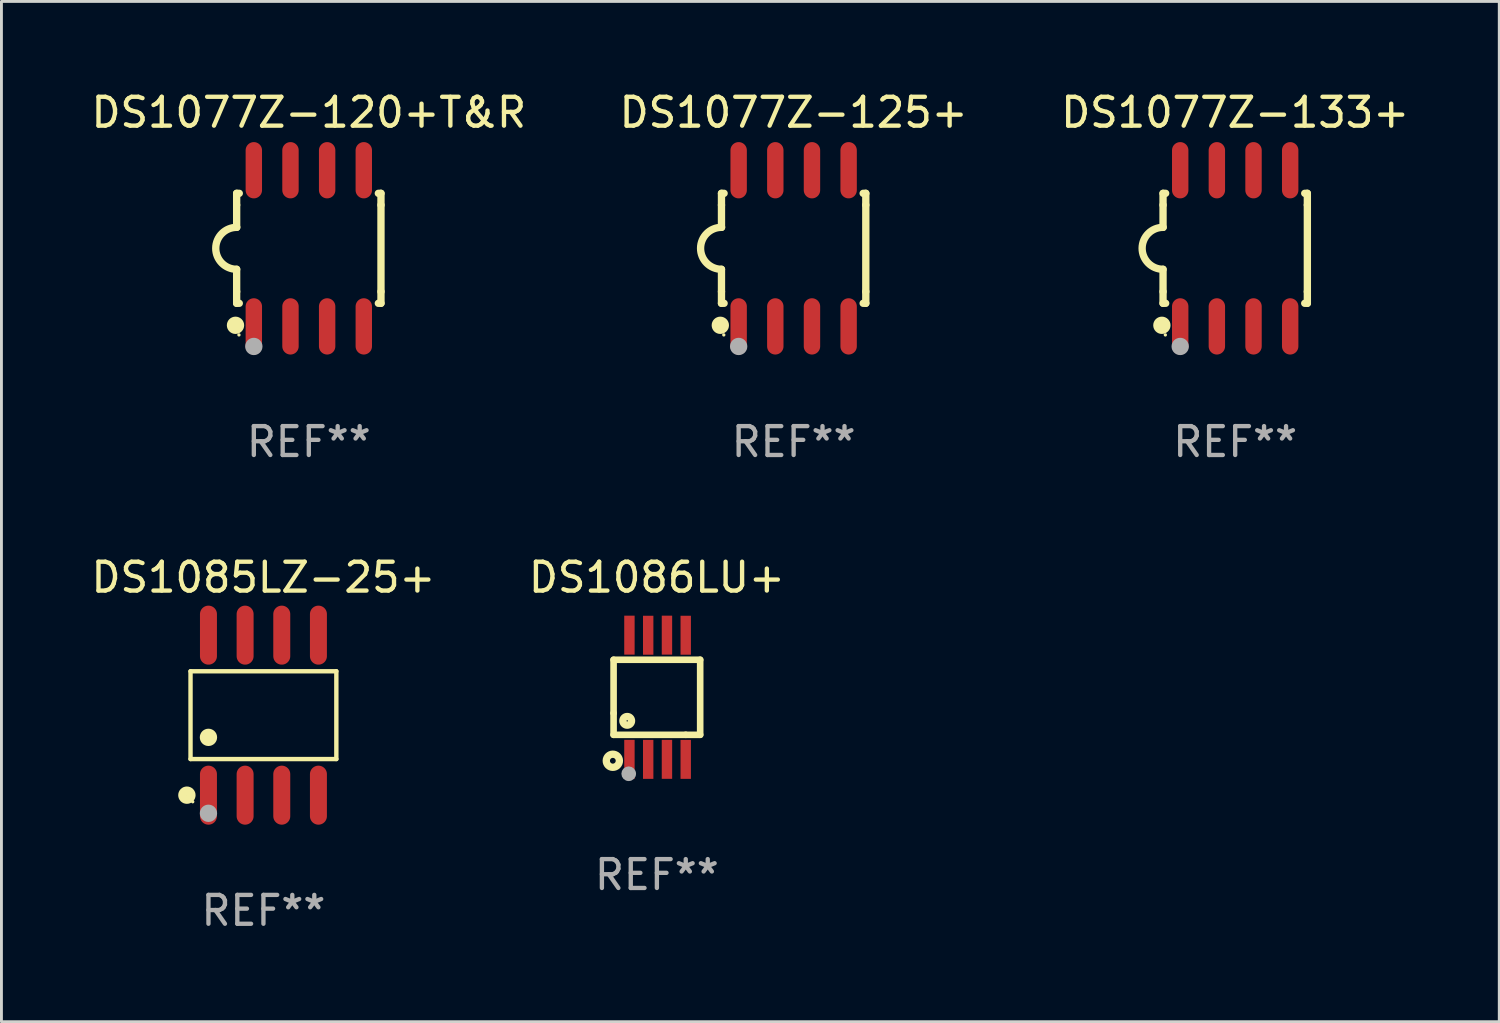
<source format=kicad_pcb>
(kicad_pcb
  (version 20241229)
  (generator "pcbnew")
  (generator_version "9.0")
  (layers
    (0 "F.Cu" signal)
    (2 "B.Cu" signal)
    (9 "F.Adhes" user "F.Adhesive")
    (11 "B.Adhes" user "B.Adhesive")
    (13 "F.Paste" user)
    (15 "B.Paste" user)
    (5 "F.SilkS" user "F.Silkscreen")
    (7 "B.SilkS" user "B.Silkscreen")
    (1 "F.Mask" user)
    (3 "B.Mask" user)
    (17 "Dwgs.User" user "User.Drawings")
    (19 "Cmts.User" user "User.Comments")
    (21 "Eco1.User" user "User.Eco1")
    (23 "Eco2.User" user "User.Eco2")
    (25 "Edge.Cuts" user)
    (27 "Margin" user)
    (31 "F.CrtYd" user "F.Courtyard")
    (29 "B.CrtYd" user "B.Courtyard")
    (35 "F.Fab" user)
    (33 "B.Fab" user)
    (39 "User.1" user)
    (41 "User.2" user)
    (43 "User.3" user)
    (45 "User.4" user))
  (footprint "DS1086LU+"
    (layer "F.Cu")
    (at 19.708 21.107)
    (property "Reference" "DS1086LU+" (at 0 -4.152 0) (layer "F.SilkS") (effects (font (size 1 1) (thickness 0.15))))
    (attr through_hole)
    (fp_line (start -1.5 1.301) (end 1 1.301) (stroke (width 0.229) (type solid)) (layer "F.SilkS"))
    (fp_line (start -1.5 -1.299) (end -1.5 0.551) (stroke (width 0.229) (type solid)) (layer "F.SilkS"))
    (fp_line (start -1.5 0.551) (end -1.5 1.301) (stroke (width 0.229) (type solid)) (layer "F.SilkS"))
    (fp_line (start 1 1.301) (end 1.5 1.301) (stroke (width 0.229) (type solid)) (layer "F.SilkS"))
    (fp_line (start 1.5 1.301) (end 1.5 -1.299) (stroke (width 0.229) (type solid)) (layer "F.SilkS"))
    (fp_line (start 1.5 -1.299) (end -1.5 -1.299) (stroke (width 0.229) (type solid)) (layer "F.SilkS"))
    (fp_circle (center -1.526 2.2) (end -1.426 2.2) (stroke (width 0.254) (type solid)) (fill no) (layer "F.SilkS"))
    (fp_circle (center -1.476 2.45) (end -1.446 2.45) (stroke (width 0.06) (type solid)) (fill no) (layer "F.SilkS"))
    (fp_circle (center -1.028 0.817) (end -0.878 0.817) (stroke (width 0.254) (type solid)) (fill no) (layer "F.SilkS"))
    (fp_circle (center -0.976 2.65) (end -0.849 2.65) (stroke (width 0.254) (type solid)) (fill no) (layer "F.Fab"))
    (fp_text user "REF**" (at 0 6.152 0) (layer "F.Fab") (effects (font (size 1 1) (thickness 0.15))))
    (pad "1" smd rect (at -0.951 2.15) (size 0.36 1.35) (layers "F.Cu" "F.Mask" "F.Paste"))
    (pad "2" smd rect (at -0.301 2.152) (size 0.36 1.35) (layers "F.Cu" "F.Mask" "F.Paste"))
    (pad "3" smd rect (at 0.349 2.151) (size 0.36 1.35) (layers "F.Cu" "F.Mask" "F.Paste"))
    (pad "4" smd rect (at 0.999 2.152) (size 0.36 1.35) (layers "F.Cu" "F.Mask" "F.Paste"))
    (pad "5" smd rect (at 0.999 -2.149) (size 0.36 1.35) (layers "F.Cu" "F.Mask" "F.Paste"))
    (pad "6" smd rect (at 0.349 -2.152) (size 0.36 1.35) (layers "F.Cu" "F.Mask" "F.Paste"))
    (pad "7" smd rect (at -0.301 -2.149) (size 0.36 1.35) (layers "F.Cu" "F.Mask" "F.Paste"))
    (pad "8" smd rect (at -0.951 -2.152) (size 0.36 1.35) (layers "F.Cu" "F.Mask" "F.Paste")))
  (footprint "DS1077Z-125+"
    (layer "F.Cu")
    (at 24.446 5.553)
    (property "Reference" "DS1077Z-125+" (at 0 -4.705 0) (layer "F.SilkS") (effects (font (size 1 1) (thickness 0.15))))
    (attr through_hole)
    (fp_line (start -2.5 -1.905) (end -2.409 -1.905) (stroke (width 0.254) (type solid)) (layer "F.SilkS"))
    (fp_line (start -2.5 -1.5) (end -2.5 -1.905) (stroke (width 0.254) (type solid)) (layer "F.SilkS"))
    (fp_line (start -2.5 -1.5) (end -2.5 -0.726) (stroke (width 0.254) (type solid)) (layer "F.SilkS"))
    (fp_line (start -2.5 1.5) (end -2.5 0.727) (stroke (width 0.254) (type solid)) (layer "F.SilkS"))
    (fp_line (start -2.5 1.5) (end -2.5 1.905) (stroke (width 0.254) (type solid)) (layer "F.SilkS"))
    (fp_line (start -2.5 1.905) (end -2.409 1.905) (stroke (width 0.254) (type solid)) (layer "F.SilkS"))
    (fp_line (start 2.5 -1.905) (end 2.409 -1.905) (stroke (width 0.254) (type solid)) (layer "F.SilkS"))
    (fp_line (start 2.5 -1.5) (end 2.5 -1.905) (stroke (width 0.254) (type solid)) (layer "F.SilkS"))
    (fp_line (start 2.5 -1.5) (end 2.5 1.5) (stroke (width 0.254) (type solid)) (layer "F.SilkS"))
    (fp_line (start 2.5 1.5) (end 2.5 1.905) (stroke (width 0.254) (type solid)) (layer "F.SilkS"))
    (fp_line (start 2.5 1.905) (end 2.409 1.905) (stroke (width 0.254) (type solid)) (layer "F.SilkS"))
    (fp_arc (start -2.5 0.726568) (mid -3.220316 -0.0023) (end -2.495097 -0.726289) (stroke (width 0.254001) (type solid)) (layer "F.SilkS"))
    (fp_circle (center -2.54 2.667) (end -2.39 2.667) (stroke (width 0.3) (type solid)) (fill no) (layer "F.SilkS"))
    (fp_circle (center -2.42 3) (end -2.39 3) (stroke (width 0.06) (type solid)) (fill no) (layer "F.SilkS"))
    (fp_circle (center -1.905 3.4) (end -1.755 3.4) (stroke (width 0.3) (type solid)) (fill no) (layer "F.Fab"))
    (fp_text user "REF**" (at 0 6.705 0) (layer "F.Fab") (effects (font (size 1 1) (thickness 0.15))))
    (pad "1" smd oval (at -1.905 2.705) (size 0.568 1.95) (layers "F.Cu" "F.Mask" "F.Paste"))
    (pad "2" smd oval (at -0.635 2.705) (size 0.568 1.95) (layers "F.Cu" "F.Mask" "F.Paste"))
    (pad "3" smd oval (at 0.635 2.705) (size 0.568 1.95) (layers "F.Cu" "F.Mask" "F.Paste"))
    (pad "4" smd oval (at 1.905 2.705) (size 0.568 1.95) (layers "F.Cu" "F.Mask" "F.Paste"))
    (pad "5" smd oval (at 1.905 -2.705) (size 0.568 1.95) (layers "F.Cu" "F.Mask" "F.Paste"))
    (pad "6" smd oval (at 0.635 -2.705) (size 0.568 1.95) (layers "F.Cu" "F.Mask" "F.Paste"))
    (pad "7" smd oval (at -0.635 -2.705) (size 0.568 1.95) (layers "F.Cu" "F.Mask" "F.Paste"))
    (pad "8" smd oval (at -1.905 -2.705) (size 0.568 1.95) (layers "F.Cu" "F.Mask" "F.Paste")))
  (footprint "DS1077Z-120+T&R"
    (layer "F.Cu")
    (at 7.649 5.553)
    (property "Reference" "DS1077Z-120+T&R" (at 0 -4.705 0) (layer "F.SilkS") (effects (font (size 1 1) (thickness 0.15))))
    (attr through_hole)
    (fp_line (start -2.5 -1.905) (end -2.409 -1.905) (stroke (width 0.254) (type solid)) (layer "F.SilkS"))
    (fp_line (start -2.5 -1.5) (end -2.5 -1.905) (stroke (width 0.254) (type solid)) (layer "F.SilkS"))
    (fp_line (start -2.5 -1.5) (end -2.5 -0.726) (stroke (width 0.254) (type solid)) (layer "F.SilkS"))
    (fp_line (start -2.5 1.5) (end -2.5 0.727) (stroke (width 0.254) (type solid)) (layer "F.SilkS"))
    (fp_line (start -2.5 1.5) (end -2.5 1.905) (stroke (width 0.254) (type solid)) (layer "F.SilkS"))
    (fp_line (start -2.5 1.905) (end -2.409 1.905) (stroke (width 0.254) (type solid)) (layer "F.SilkS"))
    (fp_line (start 2.5 -1.905) (end 2.409 -1.905) (stroke (width 0.254) (type solid)) (layer "F.SilkS"))
    (fp_line (start 2.5 -1.5) (end 2.5 -1.905) (stroke (width 0.254) (type solid)) (layer "F.SilkS"))
    (fp_line (start 2.5 -1.5) (end 2.5 1.5) (stroke (width 0.254) (type solid)) (layer "F.SilkS"))
    (fp_line (start 2.5 1.5) (end 2.5 1.905) (stroke (width 0.254) (type solid)) (layer "F.SilkS"))
    (fp_line (start 2.5 1.905) (end 2.409 1.905) (stroke (width 0.254) (type solid)) (layer "F.SilkS"))
    (fp_arc (start -2.5 0.726568) (mid -3.220316 -0.0023) (end -2.495097 -0.726289) (stroke (width 0.254001) (type solid)) (layer "F.SilkS"))
    (fp_circle (center -2.54 2.667) (end -2.39 2.667) (stroke (width 0.3) (type solid)) (fill no) (layer "F.SilkS"))
    (fp_circle (center -2.42 3) (end -2.39 3) (stroke (width 0.06) (type solid)) (fill no) (layer "F.SilkS"))
    (fp_circle (center -1.905 3.4) (end -1.755 3.4) (stroke (width 0.3) (type solid)) (fill no) (layer "F.Fab"))
    (fp_text user "REF**" (at 0 6.705 0) (layer "F.Fab") (effects (font (size 1 1) (thickness 0.15))))
    (pad "1" smd oval (at -1.905 2.705) (size 0.568 1.95) (layers "F.Cu" "F.Mask" "F.Paste"))
    (pad "2" smd oval (at -0.635 2.705) (size 0.568 1.95) (layers "F.Cu" "F.Mask" "F.Paste"))
    (pad "3" smd oval (at 0.635 2.705) (size 0.568 1.95) (layers "F.Cu" "F.Mask" "F.Paste"))
    (pad "4" smd oval (at 1.905 2.705) (size 0.568 1.95) (layers "F.Cu" "F.Mask" "F.Paste"))
    (pad "5" smd oval (at 1.905 -2.705) (size 0.568 1.95) (layers "F.Cu" "F.Mask" "F.Paste"))
    (pad "6" smd oval (at 0.635 -2.705) (size 0.568 1.95) (layers "F.Cu" "F.Mask" "F.Paste"))
    (pad "7" smd oval (at -0.635 -2.705) (size 0.568 1.95) (layers "F.Cu" "F.Mask" "F.Paste"))
    (pad "8" smd oval (at -1.905 -2.705) (size 0.568 1.95) (layers "F.Cu" "F.Mask" "F.Paste")))
  (footprint "DS1085LZ-25+"
    (layer "F.Cu")
    (at 6.077 21.727)
    (property "Reference" "DS1085LZ-25+" (at 0 -4.772 0) (layer "F.SilkS") (effects (font (size 1 1) (thickness 0.15))))
    (attr through_hole)
    (fp_line (start -2.526 -1.521) (end 2.526 -1.521) (stroke (width 0.152) (type solid)) (layer "F.SilkS"))
    (fp_line (start -2.526 1.521) (end -2.526 -1.521) (stroke (width 0.152) (type solid)) (layer "F.SilkS"))
    (fp_line (start 2.526 -1.521) (end 2.526 1.521) (stroke (width 0.152) (type solid)) (layer "F.SilkS"))
    (fp_line (start 2.526 1.521) (end -2.526 1.521) (stroke (width 0.152) (type solid)) (layer "F.SilkS"))
    (fp_circle (center -2.652 2.772) (end -2.501 2.772) (stroke (width 0.3) (type solid)) (fill no) (layer "F.SilkS"))
    (fp_circle (center -2.45 3) (end -2.42 3) (stroke (width 0.06) (type solid)) (fill no) (layer "F.SilkS"))
    (fp_circle (center -1.905 0.769) (end -1.755 0.769) (stroke (width 0.3) (type solid)) (fill no) (layer "F.SilkS"))
    (fp_circle (center -1.905 3.4) (end -1.755 3.4) (stroke (width 0.3) (type solid)) (fill no) (layer "F.Fab"))
    (fp_text user "REF**" (at 0 6.772 0) (layer "F.Fab") (effects (font (size 1 1) (thickness 0.15))))
    (pad "1" smd oval (at -1.905 2.772) (size 0.588 2.045) (layers "F.Cu" "F.Mask" "F.Paste"))
    (pad "2" smd oval (at -0.635 2.772) (size 0.588 2.045) (layers "F.Cu" "F.Mask" "F.Paste"))
    (pad "3" smd oval (at 0.635 2.772) (size 0.588 2.045) (layers "F.Cu" "F.Mask" "F.Paste"))
    (pad "4" smd oval (at 1.905 2.772) (size 0.588 2.045) (layers "F.Cu" "F.Mask" "F.Paste"))
    (pad "5" smd oval (at 1.905 -2.772) (size 0.588 2.045) (layers "F.Cu" "F.Mask" "F.Paste"))
    (pad "6" smd oval (at 0.635 -2.772) (size 0.588 2.045) (layers "F.Cu" "F.Mask" "F.Paste"))
    (pad "7" smd oval (at -0.635 -2.772) (size 0.588 2.045) (layers "F.Cu" "F.Mask" "F.Paste"))
    (pad "8" smd oval (at -1.905 -2.772) (size 0.588 2.045) (layers "F.Cu" "F.Mask" "F.Paste")))
  (footprint "DS1077Z-133+"
    (layer "F.Cu")
    (at 39.744 5.553)
    (property "Reference" "DS1077Z-133+" (at 0 -4.705 0) (layer "F.SilkS") (effects (font (size 1 1) (thickness 0.15))))
    (attr through_hole)
    (fp_line (start -2.5 -1.905) (end -2.409 -1.905) (stroke (width 0.254) (type solid)) (layer "F.SilkS"))
    (fp_line (start -2.5 -1.5) (end -2.5 -1.905) (stroke (width 0.254) (type solid)) (layer "F.SilkS"))
    (fp_line (start -2.5 -1.5) (end -2.5 -0.726) (stroke (width 0.254) (type solid)) (layer "F.SilkS"))
    (fp_line (start -2.5 1.5) (end -2.5 0.727) (stroke (width 0.254) (type solid)) (layer "F.SilkS"))
    (fp_line (start -2.5 1.5) (end -2.5 1.905) (stroke (width 0.254) (type solid)) (layer "F.SilkS"))
    (fp_line (start -2.5 1.905) (end -2.409 1.905) (stroke (width 0.254) (type solid)) (layer "F.SilkS"))
    (fp_line (start 2.5 -1.905) (end 2.409 -1.905) (stroke (width 0.254) (type solid)) (layer "F.SilkS"))
    (fp_line (start 2.5 -1.5) (end 2.5 -1.905) (stroke (width 0.254) (type solid)) (layer "F.SilkS"))
    (fp_line (start 2.5 -1.5) (end 2.5 1.5) (stroke (width 0.254) (type solid)) (layer "F.SilkS"))
    (fp_line (start 2.5 1.5) (end 2.5 1.905) (stroke (width 0.254) (type solid)) (layer "F.SilkS"))
    (fp_line (start 2.5 1.905) (end 2.409 1.905) (stroke (width 0.254) (type solid)) (layer "F.SilkS"))
    (fp_arc (start -2.5 0.726568) (mid -3.220316 -0.0023) (end -2.495097 -0.726289) (stroke (width 0.254001) (type solid)) (layer "F.SilkS"))
    (fp_circle (center -2.54 2.667) (end -2.39 2.667) (stroke (width 0.3) (type solid)) (fill no) (layer "F.SilkS"))
    (fp_circle (center -2.42 3) (end -2.39 3) (stroke (width 0.06) (type solid)) (fill no) (layer "F.SilkS"))
    (fp_circle (center -1.905 3.4) (end -1.755 3.4) (stroke (width 0.3) (type solid)) (fill no) (layer "F.Fab"))
    (fp_text user "REF**" (at 0 6.705 0) (layer "F.Fab") (effects (font (size 1 1) (thickness 0.15))))
    (pad "1" smd oval (at -1.905 2.705) (size 0.568 1.95) (layers "F.Cu" "F.Mask" "F.Paste"))
    (pad "2" smd oval (at -0.635 2.705) (size 0.568 1.95) (layers "F.Cu" "F.Mask" "F.Paste"))
    (pad "3" smd oval (at 0.635 2.705) (size 0.568 1.95) (layers "F.Cu" "F.Mask" "F.Paste"))
    (pad "4" smd oval (at 1.905 2.705) (size 0.568 1.95) (layers "F.Cu" "F.Mask" "F.Paste"))
    (pad "5" smd oval (at 1.905 -2.705) (size 0.568 1.95) (layers "F.Cu" "F.Mask" "F.Paste"))
    (pad "6" smd oval (at 0.635 -2.705) (size 0.568 1.95) (layers "F.Cu" "F.Mask" "F.Paste"))
    (pad "7" smd oval (at -0.635 -2.705) (size 0.568 1.95) (layers "F.Cu" "F.Mask" "F.Paste"))
    (pad "8" smd oval (at -1.905 -2.705) (size 0.568 1.95) (layers "F.Cu" "F.Mask" "F.Paste")))
  (gr_rect
    (start -3 -3)
    (end 48.893 32.348)
    (stroke (width 0.1) (type default))
    (fill no)
    (layer "Edge.Cuts")))
</source>
